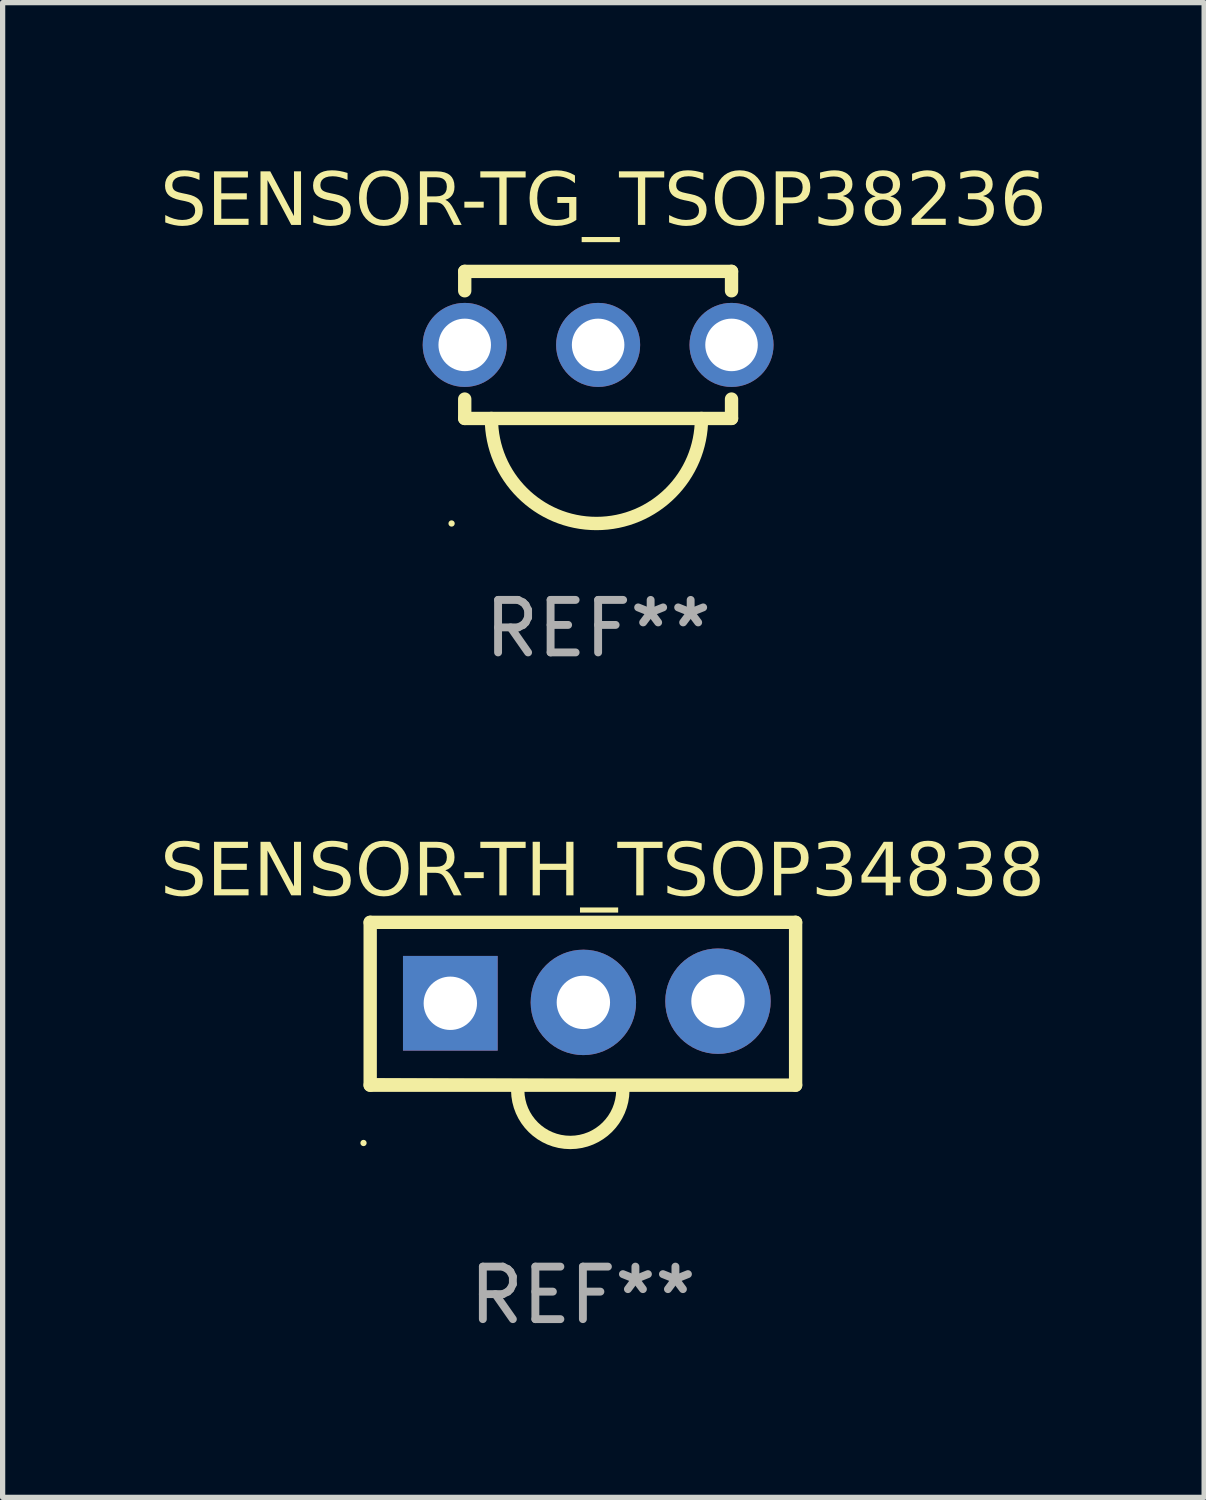
<source format=kicad_pcb>
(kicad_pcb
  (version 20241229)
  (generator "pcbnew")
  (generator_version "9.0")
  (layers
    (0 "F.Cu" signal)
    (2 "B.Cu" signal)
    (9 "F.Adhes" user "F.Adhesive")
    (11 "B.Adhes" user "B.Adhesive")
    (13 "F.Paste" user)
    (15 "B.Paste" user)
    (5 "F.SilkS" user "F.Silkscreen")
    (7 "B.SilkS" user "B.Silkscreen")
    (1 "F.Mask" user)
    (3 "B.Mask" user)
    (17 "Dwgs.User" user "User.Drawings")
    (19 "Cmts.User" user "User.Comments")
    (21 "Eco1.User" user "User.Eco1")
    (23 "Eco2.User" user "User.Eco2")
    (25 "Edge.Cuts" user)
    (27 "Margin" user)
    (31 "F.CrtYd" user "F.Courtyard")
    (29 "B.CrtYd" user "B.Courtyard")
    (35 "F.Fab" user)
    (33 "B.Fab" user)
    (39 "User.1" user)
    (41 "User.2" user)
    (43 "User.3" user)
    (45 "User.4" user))
  (footprint "SENSOR-TG_TSOP38236"
    (layer "F.Cu")
    (at 8.338 3.517)
    (property "Reference" "SENSOR-TG_TSOP38236" (at 0.1 -2.7 0) (layer "F.SilkS") (effects (font (face "Anko Personal Use SemBd") (size 1 1) (thickness 0.15))))
    (attr through_hole)
    (fp_line (start -2.54 -1.4) (end 2.54 -1.4) (stroke (width 0.254) (type solid)) (layer "F.SilkS"))
    (fp_line (start -2.54 -1.031) (end -2.54 -1.4) (stroke (width 0.254) (type solid)) (layer "F.SilkS"))
    (fp_line (start -2.54 1.4) (end -2.54 1.031) (stroke (width 0.254) (type solid)) (layer "F.SilkS"))
    (fp_line (start 2.54 -1.4) (end 2.54 -1.031) (stroke (width 0.254) (type solid)) (layer "F.SilkS"))
    (fp_line (start 2.54 1.031) (end 2.54 1.4) (stroke (width 0.254) (type solid)) (layer "F.SilkS"))
    (fp_line (start 2.54 1.4) (end -2.54 1.4) (stroke (width 0.254) (type solid)) (layer "F.SilkS"))
    (fp_arc (start 1.967996 1.4) (mid -0.032004 3.4) (end -2.032004 1.4) (stroke (width 0.254) (type solid)) (layer "F.SilkS"))
    (fp_circle (center -2.79 3.4) (end -2.76 3.4) (stroke (width 0.06) (type solid)) (fill no) (layer "F.SilkS"))
    (fp_text user "REF**" (at 0 5.4 0) (layer "F.Fab") (effects (font (size 1 1) (thickness 0.15))))
    (pad "1" thru_hole circle (at -2.54 0) (size 1.6 1.6) (drill 1) (layers "*.Cu" "*.Mask"))
    (pad "2" thru_hole circle (at 0 0) (size 1.6 1.6) (drill 1) (layers "*.Cu" "*.Mask"))
    (pad "3" thru_hole circle (at 2.54 0) (size 1.6 1.6) (drill 1) (layers "*.Cu" "*.Mask")))
  (footprint "SENSOR-TH_TSOP34838"
    (layer "F.Cu")
    (at 8.072 16.032)
    (property "Reference" "SENSOR-TH_TSOP34838" (at 0.35 -2.45 0) (layer "F.SilkS") (effects (font (face "Anko Personal Use SemBd") (size 1 1) (thickness 0.15))))
    (attr through_hole)
    (fp_line (start -4.074 -1.521) (end 4.026 -1.521) (stroke (width 0.254) (type solid)) (layer "F.SilkS"))
    (fp_line (start -4.074 1.579) (end -4.074 -1.521) (stroke (width 0.254) (type solid)) (layer "F.SilkS"))
    (fp_line (start -4.072 -1.503) (end 4.026 -1.521) (stroke (width 0.201) (type solid)) (layer "F.SilkS"))
    (fp_line (start -4.072 1.545) (end -4.072 -1.503) (stroke (width 0.201) (type solid)) (layer "F.SilkS"))
    (fp_line (start 4.026 -1.521) (end 4.026 1.579) (stroke (width 0.201) (type solid)) (layer "F.SilkS"))
    (fp_line (start 4.026 -1.521) (end 4.026 1.579) (stroke (width 0.254) (type solid)) (layer "F.SilkS"))
    (fp_line (start 4.026 1.579) (end -4.074 1.579) (stroke (width 0.254) (type solid)) (layer "F.SilkS"))
    (fp_line (start 4.026 1.579) (end -4.072 1.545) (stroke (width 0.201) (type solid)) (layer "F.SilkS"))
    (fp_arc (start 0.736601 1.678943) (mid -0.264161 2.679705) (end -1.264923 1.678943) (stroke (width 0.254) (type solid)) (layer "F.SilkS"))
    (fp_circle (center -4.201 2.68) (end -4.171 2.68) (stroke (width 0.06) (type solid)) (fill no) (layer "F.SilkS"))
    (fp_text user "REF**" (at -0.024 5.579 0) (layer "F.Fab") (effects (font (size 1 1) (thickness 0.15))))
    (pad "1" thru_hole rect (at -2.548 0.02) (size 1.803 1.803) (drill 1.016) (layers "*.Cu" "*.Mask"))
    (pad "2" thru_hole circle (at -0.015 0.003) (size 2.007 2.007) (drill 1.016) (layers "*.Cu" "*.Mask"))
    (pad "3" thru_hole circle (at 2.548 -0.02) (size 2.007 2.007) (drill 1.016) (layers "*.Cu" "*.Mask")))
  (gr_rect
    (start -3 -3)
    (end 19.876 25.459)
    (stroke (width 0.1) (type default))
    (fill no)
    (layer "Edge.Cuts")))
</source>
